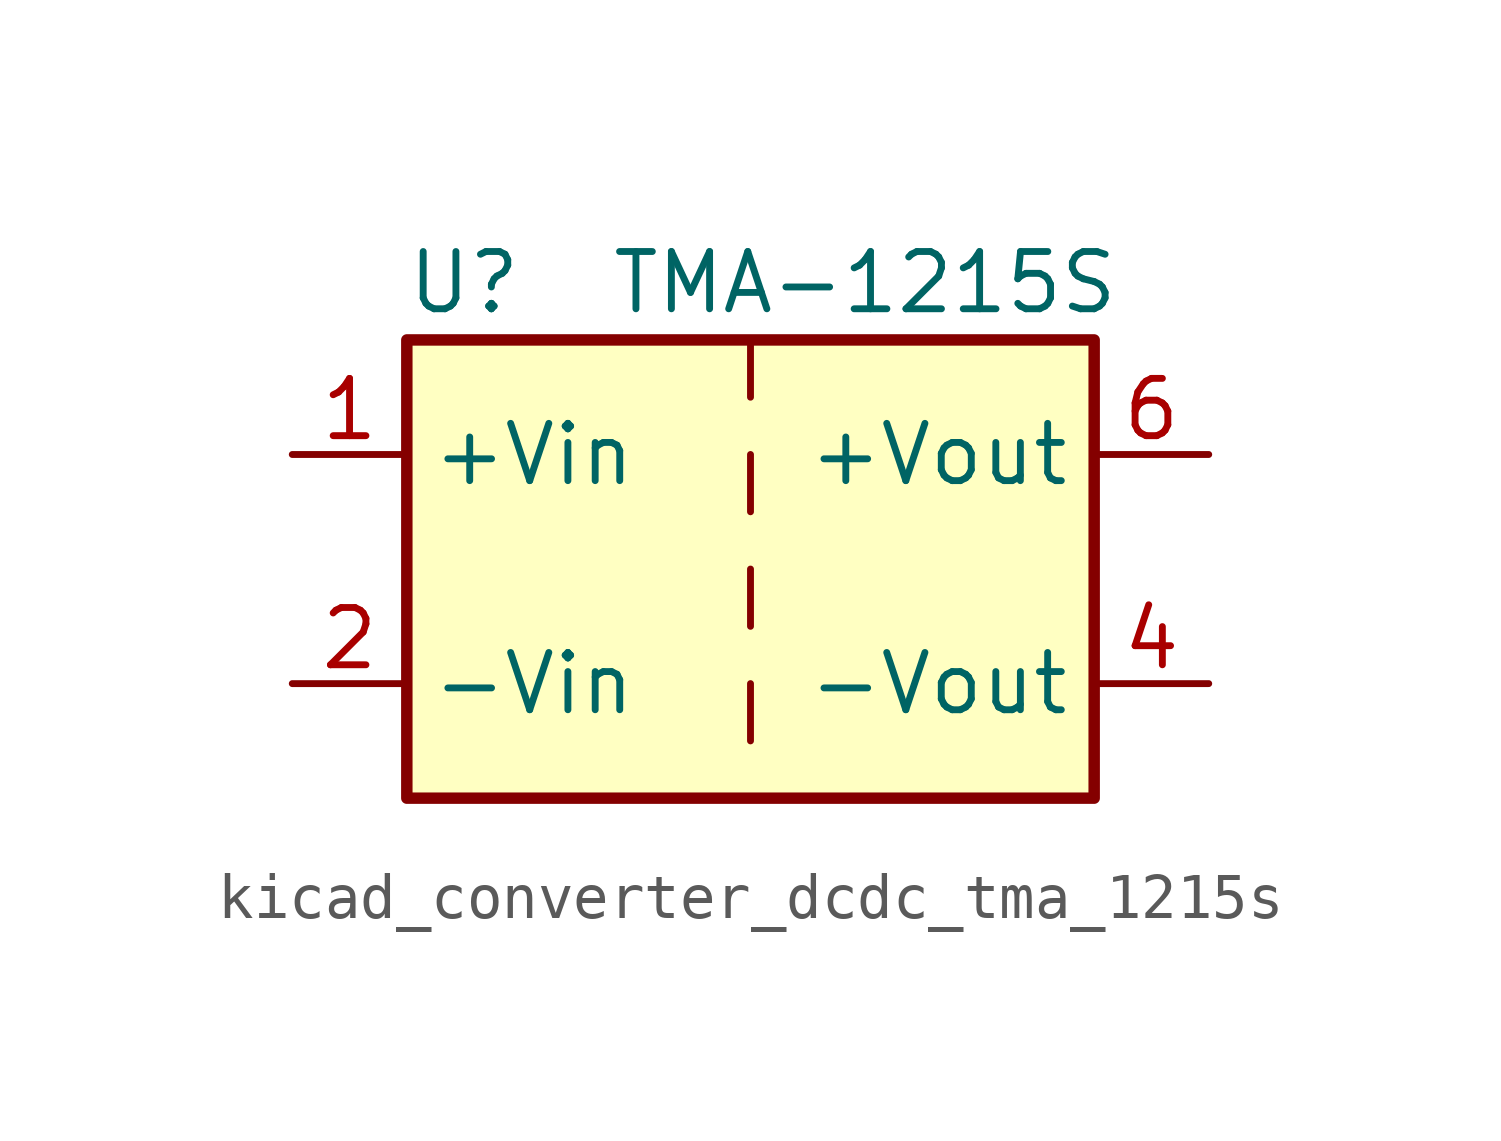
<source format=kicad_sym>
(kicad_symbol_lib
  (version 20220914)
  (generator kicad_symbol_editor)
  (symbol "kicad_converter_dcdc_tma_1215s"
    (property "Reference" "U"
      (at -6.35 6.35 0)
      (effects (font (size 1.27 1.27))))
    (property "Value" "TMA-1215S"
      (at 2.54 6.35 0)
      (effects (font (size 1.27 1.27))))
    (symbol "kicad_converter_dcdc_tma_1215s_0_1"
      (rectangle (start -7.62 5.08) (end 7.62 -5.08) (stroke (width 0.254) (type default)) (fill (type background)))
      (polyline (pts (xy 0 -2.54) (xy 0 -3.81)) (stroke (width 0) (type default)) (fill (type none)))
      (polyline (pts (xy 0 0) (xy 0 -1.27)) (stroke (width 0) (type default)) (fill (type none)))
      (polyline (pts (xy 0 2.54) (xy 0 1.27)) (stroke (width 0) (type default)) (fill (type none)))
      (polyline (pts (xy 0 5.08) (xy 0 3.81)) (stroke (width 0) (type default)) (fill (type none))))
    (symbol "kicad_converter_dcdc_tma_1215s_1_1"
      (pin power_in line (at -10.16 2.54 0) (length 2.54) (name "+Vin" (effects (font (size 1.27 1.27)))) (number "1" (effects (font (size 1.27 1.27)))))
      (pin power_in line (at -10.16 -2.54 0) (length 2.54) (name "-Vin" (effects (font (size 1.27 1.27)))) (number "2" (effects (font (size 1.27 1.27)))))
      (pin power_out line (at 10.16 -2.54 180) (length 2.54) (name "-Vout" (effects (font (size 1.27 1.27)))) (number "4" (effects (font (size 1.27 1.27)))))
      (pin power_out line (at 10.16 2.54 180) (length 2.54) (name "+Vout" (effects (font (size 1.27 1.27)))) (number "6" (effects (font (size 1.27 1.27))))))))
</source>
